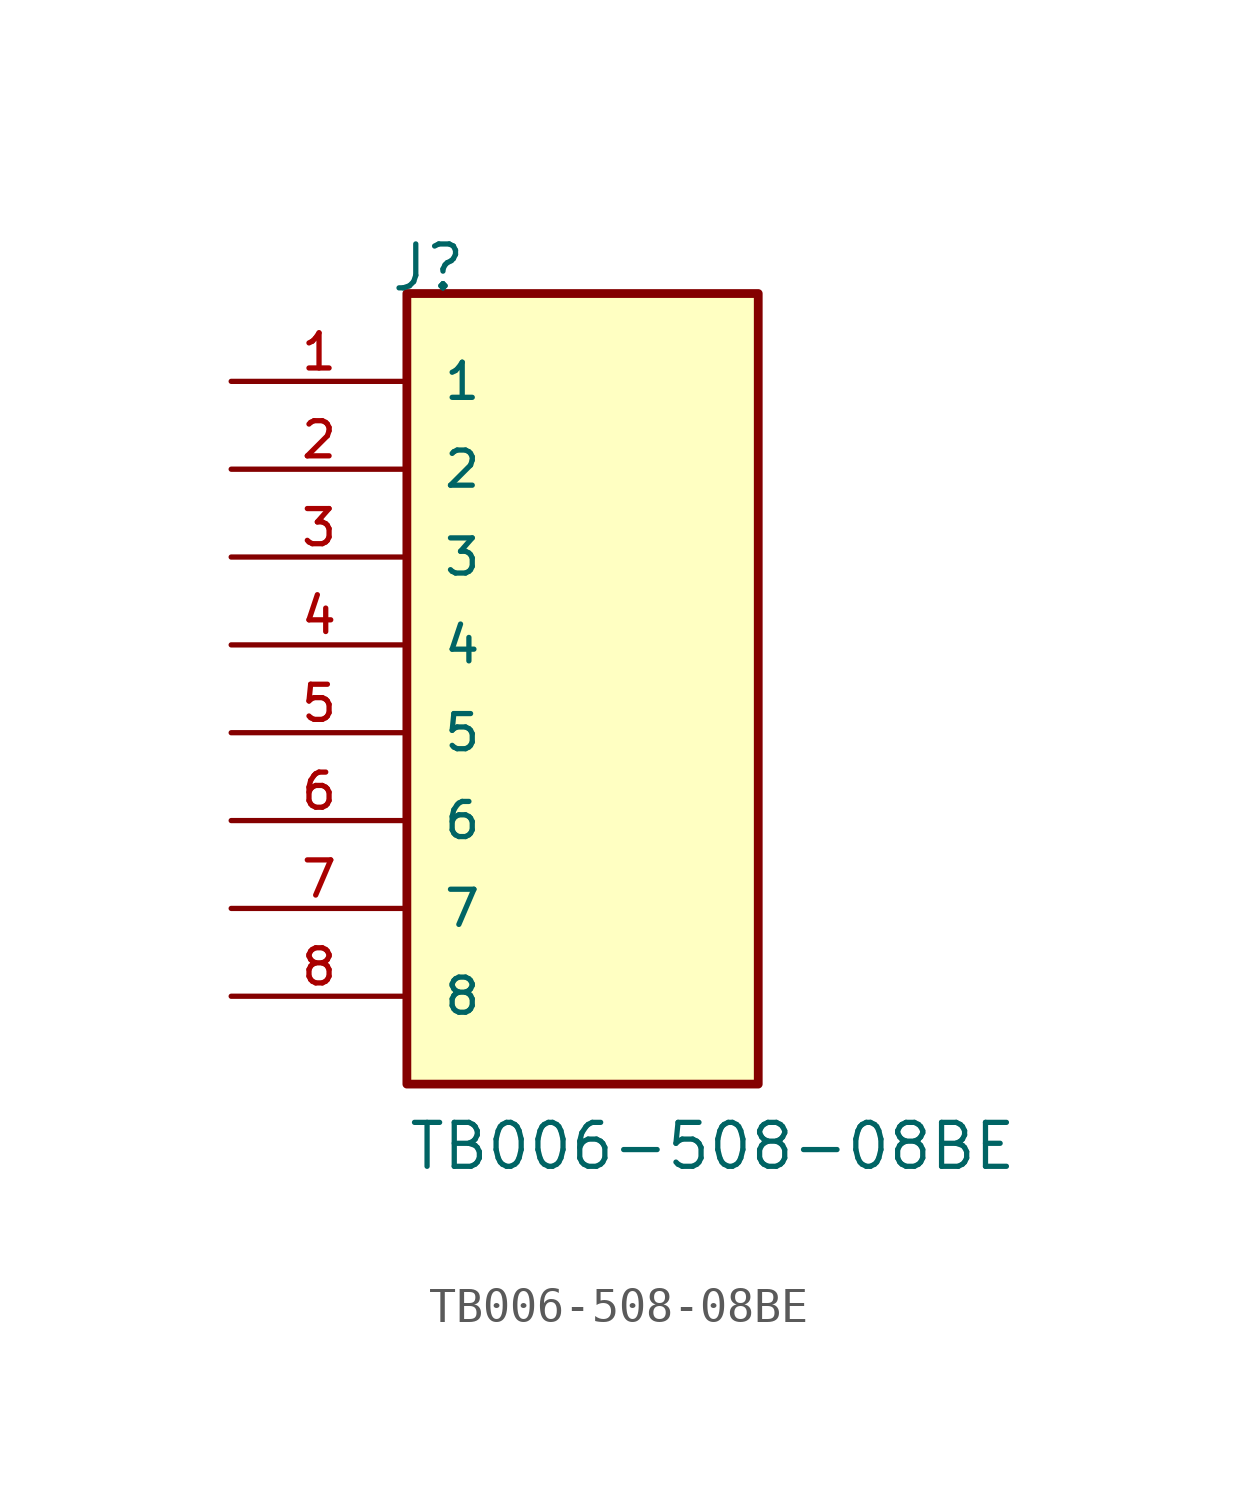
<source format=kicad_sym>
(kicad_symbol_lib
  (version 20211014)
  (generator kicad_symbol_editor)
  (symbol "TB006-508-08BE"
    (pin_names
      (offset 1.016))
    (property "Reference" "J"
      (at -5.588 12.7 0)
      (effects (font (size 1.27 1.27)) (justify left bottom)))
    (property "Value" "TB006-508-08BE"
      (at -5.08 -12.7 0)
      (effects (font (size 1.27 1.27)) (justify left bottom)))
    (property "ki_locked" ""
      (at 0 0 0)
      (effects (font (size 1.27 1.27))))
    (symbol "TB006-508-08BE_0_0"
      (rectangle (start -5.08 -10.16) (end 5.08 12.7) (stroke (width 0.254) (type default) (color 0 0 0 0)) (fill (type background)))
      (pin passive line (at -10.16 10.16 0) (length 5.08) (name "1" (effects (font (size 1.016 1.016)))) (number "1" (effects (font (size 1.016 1.016)))))
      (pin passive line (at -10.16 7.62 0) (length 5.08) (name "2" (effects (font (size 1.016 1.016)))) (number "2" (effects (font (size 1.016 1.016)))))
      (pin passive line (at -10.16 5.08 0) (length 5.08) (name "3" (effects (font (size 1.016 1.016)))) (number "3" (effects (font (size 1.016 1.016)))))
      (pin passive line (at -10.16 2.54 0) (length 5.08) (name "4" (effects (font (size 1.016 1.016)))) (number "4" (effects (font (size 1.016 1.016)))))
      (pin passive line (at -10.16 0 0) (length 5.08) (name "5" (effects (font (size 1.016 1.016)))) (number "5" (effects (font (size 1.016 1.016)))))
      (pin passive line (at -10.16 -2.54 0) (length 5.08) (name "6" (effects (font (size 1.016 1.016)))) (number "6" (effects (font (size 1.016 1.016)))))
      (pin passive line (at -10.16 -5.08 0) (length 5.08) (name "7" (effects (font (size 1.016 1.016)))) (number "7" (effects (font (size 1.016 1.016)))))
      (pin passive line (at -10.16 -7.62 0) (length 5.08) (name "8" (effects (font (size 1.016 1.016)))) (number "8" (effects (font (size 1.016 1.016))))))))
</source>
